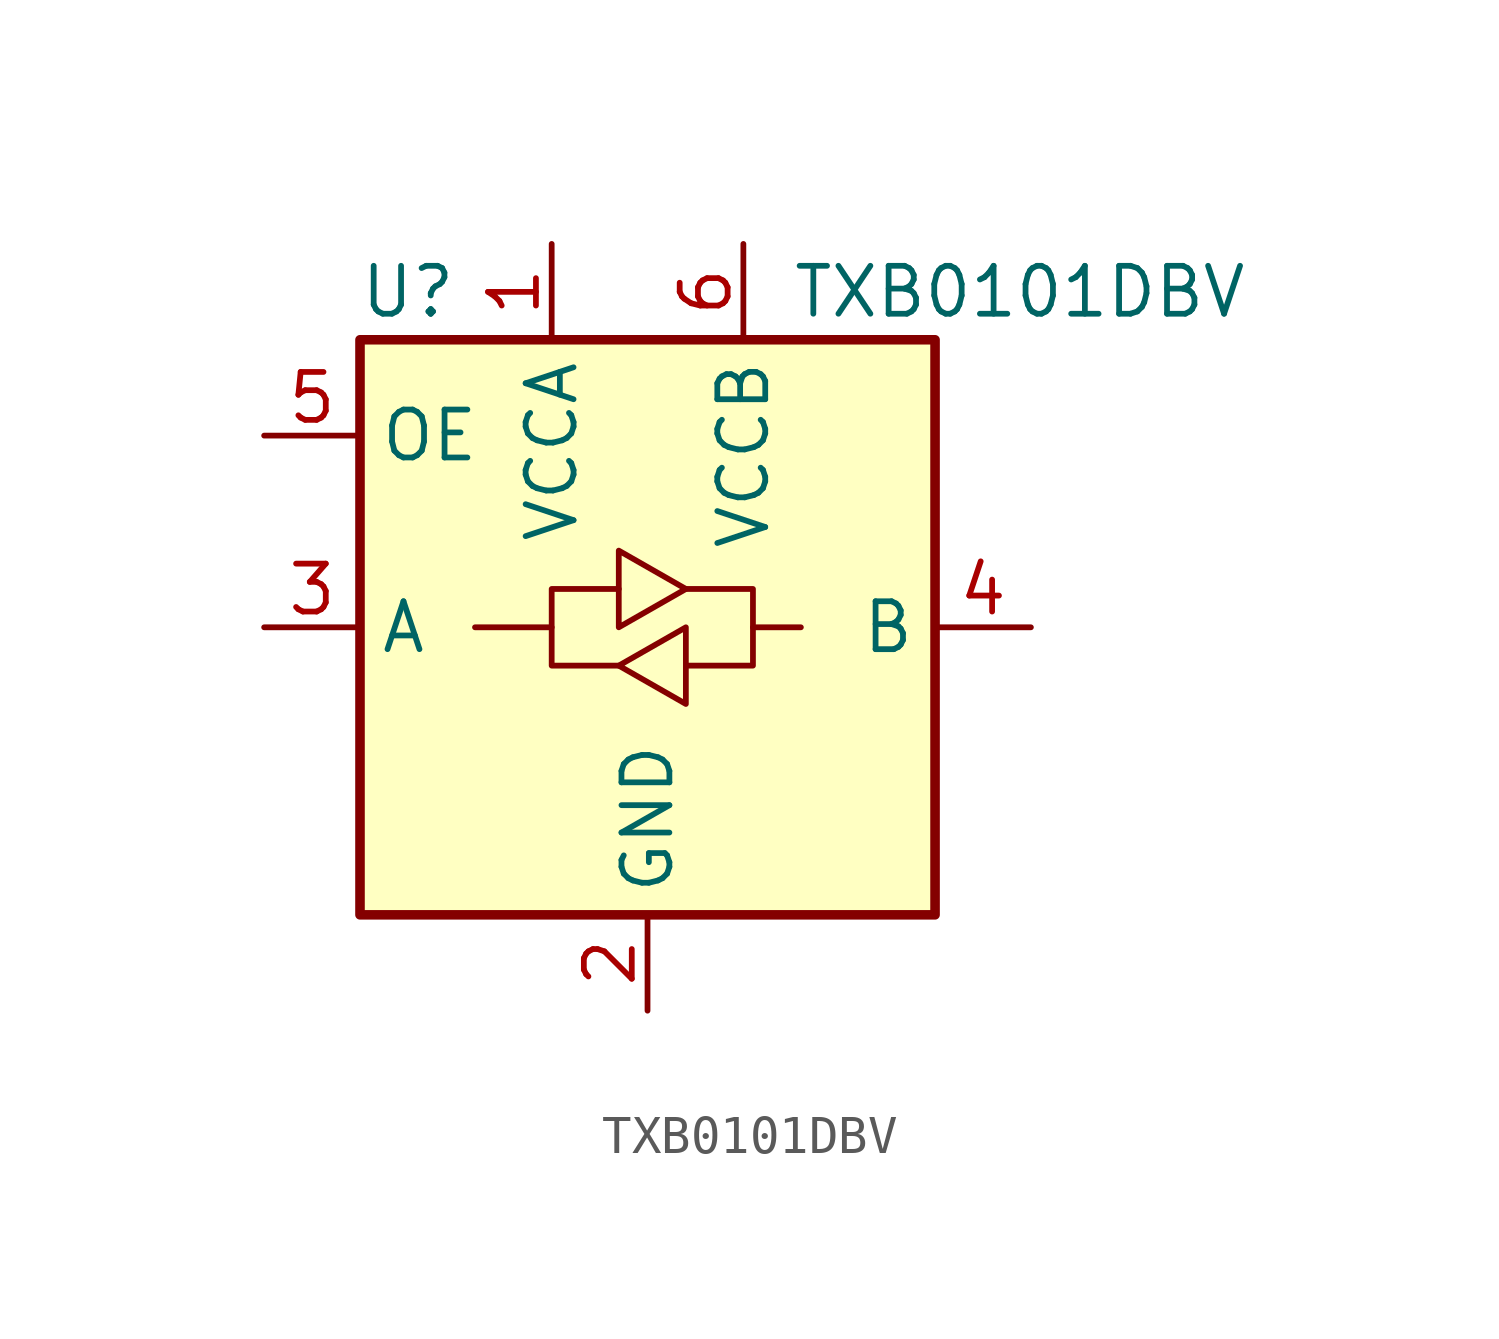
<source format=kicad_sym>
(kicad_symbol_lib
  (version 20220914)
  (generator kicad_symbol_editor)
  (symbol "TXB0101DBV"
    (property "Reference" "U"
      (at -6.35 8.89 0)
      (effects (font (size 1.27 1.27))))
    (property "Value" "TXB0101DBV"
      (at 3.81 8.89 0)
      (effects (font (size 1.27 1.27)) (justify left)))
    (symbol "TXB0101DBV_0_1"
      (rectangle (start -7.62 7.62) (end 7.62 -7.62) (stroke (width 0.254) (type default)) (fill (type background)))
      (polyline (pts (xy -2.54 0) (xy -2.54 1.016) (xy -0.762 1.016)) (stroke (width 0) (type default)) (fill (type none)))
      (polyline (pts (xy 2.794 0) (xy 2.794 -1.016) (xy 1.016 -1.016)) (stroke (width 0) (type default)) (fill (type none)))
      (polyline (pts (xy -0.762 -1.016) (xy -2.54 -1.016) (xy -2.54 0) (xy -4.572 0)) (stroke (width 0) (type default)) (fill (type none)))
      (polyline (pts (xy -0.762 0) (xy -0.762 2.032) (xy 1.016 1.016) (xy -0.762 0)) (stroke (width 0) (type default)) (fill (type none)))
      (polyline (pts (xy 1.016 1.016) (xy 2.794 1.016) (xy 2.794 0) (xy 4.064 0)) (stroke (width 0) (type default)) (fill (type none)))
      (polyline (pts (xy 1.016 0) (xy 1.016 -1.778) (xy 1.016 -2.032) (xy -0.762 -1.016) (xy 1.016 0)) (stroke (width 0) (type default)) (fill (type none))))
    (symbol "TXB0101DBV_1_1"
      (pin power_in line (at -2.54 10.16 270) (length 2.54) (name "VCCA" (effects (font (size 1.27 1.27)))) (number "1" (effects (font (size 1.27 1.27)))))
      (pin power_in line (at 0 -10.16 90) (length 2.54) (name "GND" (effects (font (size 1.27 1.27)))) (number "2" (effects (font (size 1.27 1.27)))))
      (pin bidirectional line (at -10.16 0 0) (length 2.54) (name "A" (effects (font (size 1.27 1.27)))) (number "3" (effects (font (size 1.27 1.27)))))
      (pin bidirectional line (at 10.16 0 180) (length 2.54) (name "B" (effects (font (size 1.27 1.27)))) (number "4" (effects (font (size 1.27 1.27)))))
      (pin input line (at -10.16 5.08 0) (length 2.54) (name "OE" (effects (font (size 1.27 1.27)))) (number "5" (effects (font (size 1.27 1.27)))))
      (pin power_in line (at 2.54 10.16 270) (length 2.54) (name "VCCB" (effects (font (size 1.27 1.27)))) (number "6" (effects (font (size 1.27 1.27))))))))
</source>
